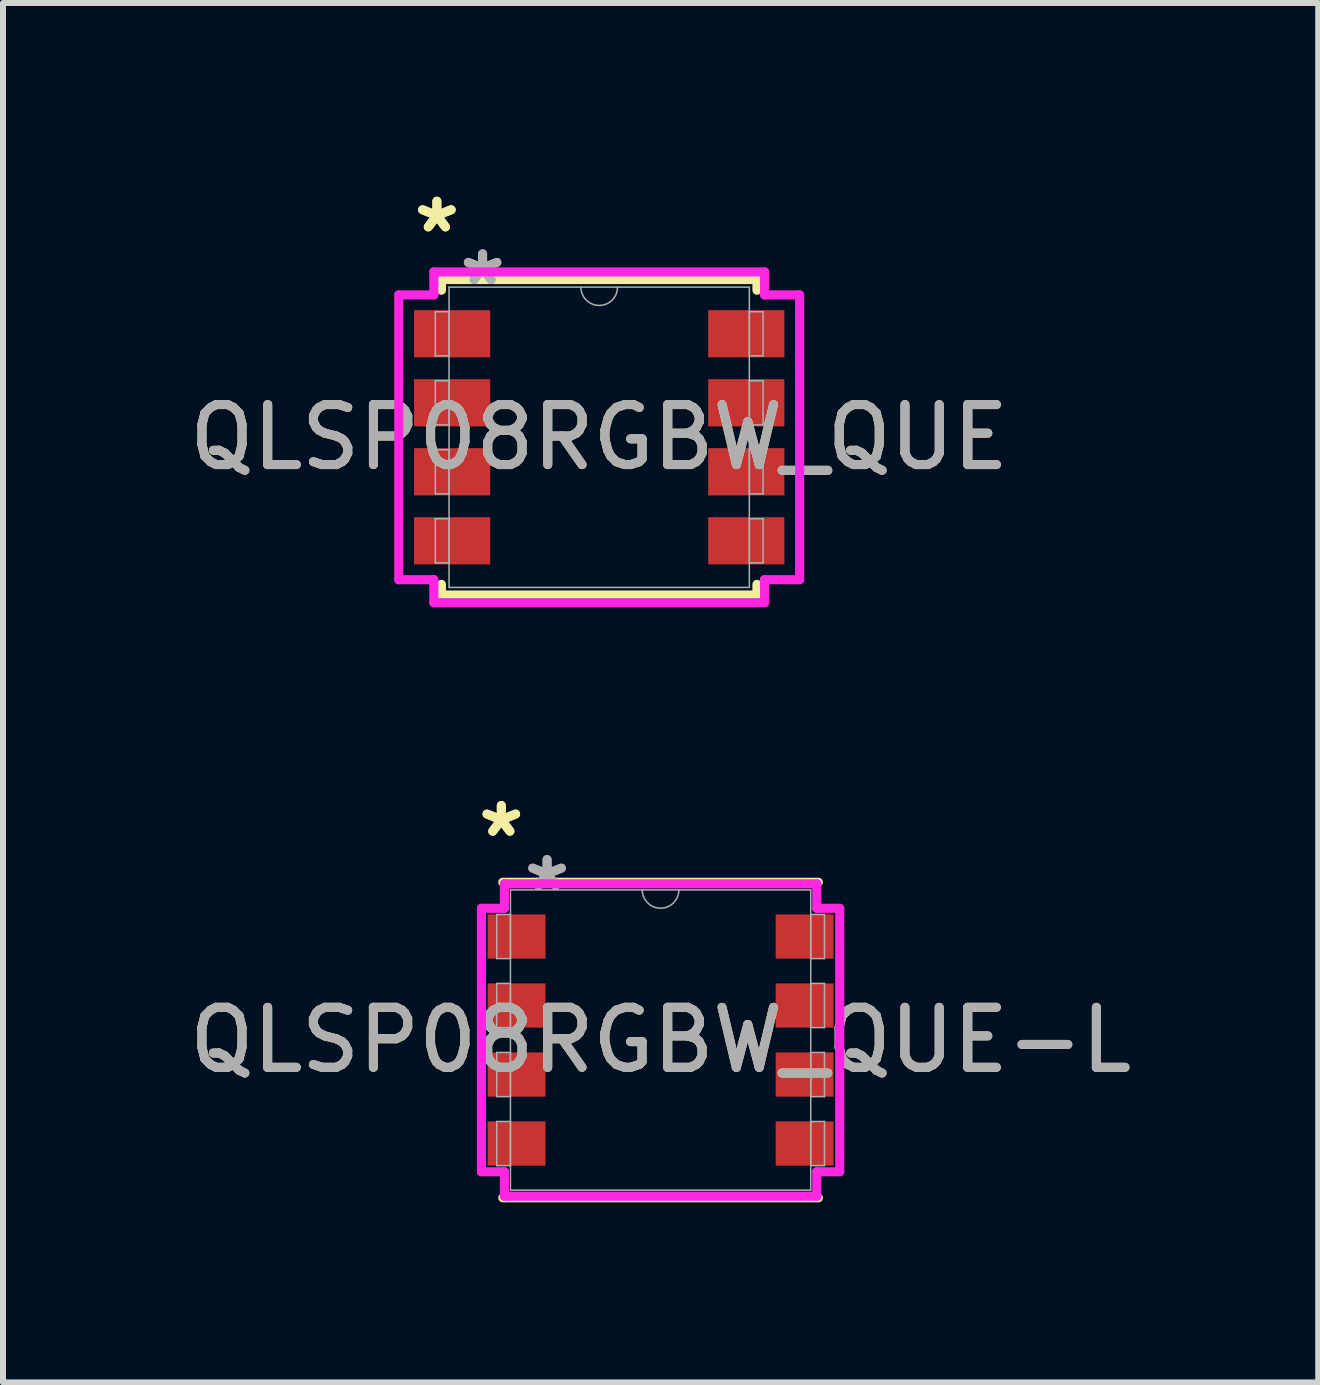
<source format=kicad_pcb>
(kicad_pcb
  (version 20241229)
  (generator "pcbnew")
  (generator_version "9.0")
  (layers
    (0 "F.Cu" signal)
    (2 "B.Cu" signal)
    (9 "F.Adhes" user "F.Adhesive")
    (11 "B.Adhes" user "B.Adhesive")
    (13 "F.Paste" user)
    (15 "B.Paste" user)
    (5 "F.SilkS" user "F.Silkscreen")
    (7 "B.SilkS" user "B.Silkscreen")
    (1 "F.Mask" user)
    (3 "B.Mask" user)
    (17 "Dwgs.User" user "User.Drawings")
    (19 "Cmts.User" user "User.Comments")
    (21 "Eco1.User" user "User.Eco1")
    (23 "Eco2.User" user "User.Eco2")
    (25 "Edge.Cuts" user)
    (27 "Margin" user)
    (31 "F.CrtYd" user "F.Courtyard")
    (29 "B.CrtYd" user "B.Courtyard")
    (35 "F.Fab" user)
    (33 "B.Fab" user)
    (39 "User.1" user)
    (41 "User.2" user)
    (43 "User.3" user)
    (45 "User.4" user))
  (footprint "QLSP08RGBW_QUE-L"
    (layer "F.Cu")
    (at 7.958 14.281)
    (property "Reference" "QLSP08RGBW_QUE-L" (at 0 0 0) (unlocked yes) (layer "F.SilkS") (effects (font (size 1 1) (thickness 0.15))))
    (attr smd)
    (fp_line (start -2.629 2.629) (end 2.629 2.629) (stroke (width 0.152) (type solid)) (layer "F.SilkS"))
    (fp_line (start 2.629 -2.629) (end -2.629 -2.629) (stroke (width 0.152) (type solid)) (layer "F.SilkS"))
    (fp_line (start -2.985 -2.195) (end -2.603 -2.195) (stroke (width 0.152) (type solid)) (layer "F.CrtYd"))
    (fp_line (start -2.985 2.195) (end -2.985 -2.195) (stroke (width 0.152) (type solid)) (layer "F.CrtYd"))
    (fp_line (start -2.985 2.195) (end -2.603 2.195) (stroke (width 0.152) (type solid)) (layer "F.CrtYd"))
    (fp_line (start -2.603 -2.603) (end 2.603 -2.603) (stroke (width 0.152) (type solid)) (layer "F.CrtYd"))
    (fp_line (start -2.603 -2.195) (end -2.603 -2.603) (stroke (width 0.152) (type solid)) (layer "F.CrtYd"))
    (fp_line (start -2.603 2.603) (end -2.603 2.195) (stroke (width 0.152) (type solid)) (layer "F.CrtYd"))
    (fp_line (start 2.603 -2.603) (end 2.603 -2.195) (stroke (width 0.152) (type solid)) (layer "F.CrtYd"))
    (fp_line (start 2.603 2.195) (end 2.603 2.603) (stroke (width 0.152) (type solid)) (layer "F.CrtYd"))
    (fp_line (start 2.603 2.603) (end -2.603 2.603) (stroke (width 0.152) (type solid)) (layer "F.CrtYd"))
    (fp_line (start 2.985 -2.195) (end 2.603 -2.195) (stroke (width 0.152) (type solid)) (layer "F.CrtYd"))
    (fp_line (start 2.985 -2.195) (end 2.985 2.195) (stroke (width 0.152) (type solid)) (layer "F.CrtYd"))
    (fp_line (start 2.985 2.195) (end 2.603 2.195) (stroke (width 0.152) (type solid)) (layer "F.CrtYd"))
    (fp_line (start -2.731 -2.093) (end -2.731 -1.357) (stroke (width 0.025) (type solid)) (layer "F.Fab"))
    (fp_line (start -2.731 -1.357) (end -2.502 -1.357) (stroke (width 0.025) (type solid)) (layer "F.Fab"))
    (fp_line (start -2.731 -0.943) (end -2.731 -0.207) (stroke (width 0.025) (type solid)) (layer "F.Fab"))
    (fp_line (start -2.731 -0.207) (end -2.502 -0.207) (stroke (width 0.025) (type solid)) (layer "F.Fab"))
    (fp_line (start -2.731 0.207) (end -2.731 0.943) (stroke (width 0.025) (type solid)) (layer "F.Fab"))
    (fp_line (start -2.731 0.943) (end -2.502 0.943) (stroke (width 0.025) (type solid)) (layer "F.Fab"))
    (fp_line (start -2.731 1.357) (end -2.731 2.093) (stroke (width 0.025) (type solid)) (layer "F.Fab"))
    (fp_line (start -2.731 2.093) (end -2.502 2.093) (stroke (width 0.025) (type solid)) (layer "F.Fab"))
    (fp_line (start -2.502 -2.502) (end -2.502 2.502) (stroke (width 0.025) (type solid)) (layer "F.Fab"))
    (fp_line (start -2.502 -2.093) (end -2.731 -2.093) (stroke (width 0.025) (type solid)) (layer "F.Fab"))
    (fp_line (start -2.502 -1.357) (end -2.502 -2.093) (stroke (width 0.025) (type solid)) (layer "F.Fab"))
    (fp_line (start -2.502 -0.943) (end -2.731 -0.943) (stroke (width 0.025) (type solid)) (layer "F.Fab"))
    (fp_line (start -2.502 -0.207) (end -2.502 -0.943) (stroke (width 0.025) (type solid)) (layer "F.Fab"))
    (fp_line (start -2.502 0.207) (end -2.731 0.207) (stroke (width 0.025) (type solid)) (layer "F.Fab"))
    (fp_line (start -2.502 0.943) (end -2.502 0.207) (stroke (width 0.025) (type solid)) (layer "F.Fab"))
    (fp_line (start -2.502 1.357) (end -2.731 1.357) (stroke (width 0.025) (type solid)) (layer "F.Fab"))
    (fp_line (start -2.502 2.093) (end -2.502 1.357) (stroke (width 0.025) (type solid)) (layer "F.Fab"))
    (fp_line (start -2.502 2.502) (end 2.502 2.502) (stroke (width 0.025) (type solid)) (layer "F.Fab"))
    (fp_line (start 2.502 -2.502) (end -2.502 -2.502) (stroke (width 0.025) (type solid)) (layer "F.Fab"))
    (fp_line (start 2.502 -2.093) (end 2.502 -1.357) (stroke (width 0.025) (type solid)) (layer "F.Fab"))
    (fp_line (start 2.502 -1.357) (end 2.731 -1.357) (stroke (width 0.025) (type solid)) (layer "F.Fab"))
    (fp_line (start 2.502 -0.943) (end 2.502 -0.207) (stroke (width 0.025) (type solid)) (layer "F.Fab"))
    (fp_line (start 2.502 -0.207) (end 2.731 -0.207) (stroke (width 0.025) (type solid)) (layer "F.Fab"))
    (fp_line (start 2.502 0.207) (end 2.502 0.943) (stroke (width 0.025) (type solid)) (layer "F.Fab"))
    (fp_line (start 2.502 0.943) (end 2.731 0.943) (stroke (width 0.025) (type solid)) (layer "F.Fab"))
    (fp_line (start 2.502 1.357) (end 2.502 2.093) (stroke (width 0.025) (type solid)) (layer "F.Fab"))
    (fp_line (start 2.502 2.093) (end 2.731 2.093) (stroke (width 0.025) (type solid)) (layer "F.Fab"))
    (fp_line (start 2.502 2.502) (end 2.502 -2.502) (stroke (width 0.025) (type solid)) (layer "F.Fab"))
    (fp_line (start 2.731 -2.093) (end 2.502 -2.093) (stroke (width 0.025) (type solid)) (layer "F.Fab"))
    (fp_line (start 2.731 -1.357) (end 2.731 -2.093) (stroke (width 0.025) (type solid)) (layer "F.Fab"))
    (fp_line (start 2.731 -0.943) (end 2.502 -0.943) (stroke (width 0.025) (type solid)) (layer "F.Fab"))
    (fp_line (start 2.731 -0.207) (end 2.731 -0.943) (stroke (width 0.025) (type solid)) (layer "F.Fab"))
    (fp_line (start 2.731 0.207) (end 2.502 0.207) (stroke (width 0.025) (type solid)) (layer "F.Fab"))
    (fp_line (start 2.731 0.943) (end 2.731 0.207) (stroke (width 0.025) (type solid)) (layer "F.Fab"))
    (fp_line (start 2.731 1.357) (end 2.502 1.357) (stroke (width 0.025) (type solid)) (layer "F.Fab"))
    (fp_line (start 2.731 2.093) (end 2.731 1.357) (stroke (width 0.025) (type solid)) (layer "F.Fab"))
    (fp_arc (start 0.3048 -2.5019) (mid 0 -2.1971) (end -0.3048 -2.5019) (stroke (width 0.0254) (type solid)) (layer "F.Fab"))
    (fp_text user "*" (at -2.654 -3.363 0) (unlocked yes) (layer "F.SilkS") (effects (font (size 1 1) (thickness 0.15))))
    (fp_text user "*" (at -2.654 -3.363 0) (layer "F.SilkS") (effects (font (size 1 1) (thickness 0.15))))
    (fp_text user "*" (at -1.892 -2.462 0) (unlocked yes) (layer "F.Fab") (effects (font (size 1 1) (thickness 0.15))))
    (fp_text user "${REFERENCE}" (at 0 0 0) (unlocked yes) (layer "F.Fab") (effects (font (size 1 1) (thickness 0.15))))
    (fp_text user "*" (at -1.892 -2.462 0) (layer "F.Fab") (effects (font (size 1 1) (thickness 0.15))))
    (pad "1" smd rect (at -2.4 -1.725) (size 0.965 0.737) (layers "F.Cu" "F.Mask" "F.Paste"))
    (pad "2" smd rect (at -2.4 -0.575) (size 0.965 0.737) (layers "F.Cu" "F.Mask" "F.Paste"))
    (pad "3" smd rect (at -2.4 0.575) (size 0.965 0.737) (layers "F.Cu" "F.Mask" "F.Paste"))
    (pad "4" smd rect (at -2.4 1.725) (size 0.965 0.737) (layers "F.Cu" "F.Mask" "F.Paste"))
    (pad "5" smd rect (at 2.4 1.725) (size 0.965 0.737) (layers "F.Cu" "F.Mask" "F.Paste"))
    (pad "6" smd rect (at 2.4 0.575) (size 0.965 0.737) (layers "F.Cu" "F.Mask" "F.Paste"))
    (pad "7" smd rect (at 2.4 -0.575) (size 0.965 0.737) (layers "F.Cu" "F.Mask" "F.Paste"))
    (pad "8" smd rect (at 2.4 -1.725) (size 0.965 0.737) (layers "F.Cu" "F.Mask" "F.Paste")))
  (footprint "QLSP08RGBW_QUE"
    (layer "F.Cu")
    (at 6.935 4.237)
    (property "Reference" "QLSP08RGBW_QUE" (at 0 0 0) (unlocked yes) (layer "F.SilkS") (effects (font (size 1 1) (thickness 0.15))))
    (attr smd)
    (fp_line (start -2.629 -2.629) (end -2.629 -2.451) (stroke (width 0.152) (type solid)) (layer "F.SilkS"))
    (fp_line (start -2.629 2.451) (end -2.629 2.629) (stroke (width 0.152) (type solid)) (layer "F.SilkS"))
    (fp_line (start -2.629 2.629) (end 2.629 2.629) (stroke (width 0.152) (type solid)) (layer "F.SilkS"))
    (fp_line (start 2.629 -2.629) (end -2.629 -2.629) (stroke (width 0.152) (type solid)) (layer "F.SilkS"))
    (fp_line (start 2.629 -2.451) (end 2.629 -2.629) (stroke (width 0.152) (type solid)) (layer "F.SilkS"))
    (fp_line (start 2.629 2.629) (end 2.629 2.451) (stroke (width 0.152) (type solid)) (layer "F.SilkS"))
    (fp_line (start -3.34 -2.373) (end -2.756 -2.373) (stroke (width 0.152) (type solid)) (layer "F.CrtYd"))
    (fp_line (start -3.34 2.373) (end -3.34 -2.373) (stroke (width 0.152) (type solid)) (layer "F.CrtYd"))
    (fp_line (start -3.34 2.373) (end -2.756 2.373) (stroke (width 0.152) (type solid)) (layer "F.CrtYd"))
    (fp_line (start -2.756 -2.756) (end 2.756 -2.756) (stroke (width 0.152) (type solid)) (layer "F.CrtYd"))
    (fp_line (start -2.756 -2.373) (end -2.756 -2.756) (stroke (width 0.152) (type solid)) (layer "F.CrtYd"))
    (fp_line (start -2.756 2.756) (end -2.756 2.373) (stroke (width 0.152) (type solid)) (layer "F.CrtYd"))
    (fp_line (start 2.756 -2.756) (end 2.756 -2.373) (stroke (width 0.152) (type solid)) (layer "F.CrtYd"))
    (fp_line (start 2.756 2.373) (end 2.756 2.756) (stroke (width 0.152) (type solid)) (layer "F.CrtYd"))
    (fp_line (start 2.756 2.756) (end -2.756 2.756) (stroke (width 0.152) (type solid)) (layer "F.CrtYd"))
    (fp_line (start 3.34 -2.373) (end 2.756 -2.373) (stroke (width 0.152) (type solid)) (layer "F.CrtYd"))
    (fp_line (start 3.34 -2.373) (end 3.34 2.373) (stroke (width 0.152) (type solid)) (layer "F.CrtYd"))
    (fp_line (start 3.34 2.373) (end 2.756 2.373) (stroke (width 0.152) (type solid)) (layer "F.CrtYd"))
    (fp_line (start -2.731 -2.093) (end -2.731 -1.357) (stroke (width 0.025) (type solid)) (layer "F.Fab"))
    (fp_line (start -2.731 -1.357) (end -2.502 -1.357) (stroke (width 0.025) (type solid)) (layer "F.Fab"))
    (fp_line (start -2.731 -0.943) (end -2.731 -0.207) (stroke (width 0.025) (type solid)) (layer "F.Fab"))
    (fp_line (start -2.731 -0.207) (end -2.502 -0.207) (stroke (width 0.025) (type solid)) (layer "F.Fab"))
    (fp_line (start -2.731 0.207) (end -2.731 0.943) (stroke (width 0.025) (type solid)) (layer "F.Fab"))
    (fp_line (start -2.731 0.943) (end -2.502 0.943) (stroke (width 0.025) (type solid)) (layer "F.Fab"))
    (fp_line (start -2.731 1.357) (end -2.731 2.093) (stroke (width 0.025) (type solid)) (layer "F.Fab"))
    (fp_line (start -2.731 2.093) (end -2.502 2.093) (stroke (width 0.025) (type solid)) (layer "F.Fab"))
    (fp_line (start -2.502 -2.502) (end -2.502 2.502) (stroke (width 0.025) (type solid)) (layer "F.Fab"))
    (fp_line (start -2.502 -2.093) (end -2.731 -2.093) (stroke (width 0.025) (type solid)) (layer "F.Fab"))
    (fp_line (start -2.502 -1.357) (end -2.502 -2.093) (stroke (width 0.025) (type solid)) (layer "F.Fab"))
    (fp_line (start -2.502 -0.943) (end -2.731 -0.943) (stroke (width 0.025) (type solid)) (layer "F.Fab"))
    (fp_line (start -2.502 -0.207) (end -2.502 -0.943) (stroke (width 0.025) (type solid)) (layer "F.Fab"))
    (fp_line (start -2.502 0.207) (end -2.731 0.207) (stroke (width 0.025) (type solid)) (layer "F.Fab"))
    (fp_line (start -2.502 0.943) (end -2.502 0.207) (stroke (width 0.025) (type solid)) (layer "F.Fab"))
    (fp_line (start -2.502 1.357) (end -2.731 1.357) (stroke (width 0.025) (type solid)) (layer "F.Fab"))
    (fp_line (start -2.502 2.093) (end -2.502 1.357) (stroke (width 0.025) (type solid)) (layer "F.Fab"))
    (fp_line (start -2.502 2.502) (end 2.502 2.502) (stroke (width 0.025) (type solid)) (layer "F.Fab"))
    (fp_line (start 2.502 -2.502) (end -2.502 -2.502) (stroke (width 0.025) (type solid)) (layer "F.Fab"))
    (fp_line (start 2.502 -2.093) (end 2.502 -1.357) (stroke (width 0.025) (type solid)) (layer "F.Fab"))
    (fp_line (start 2.502 -1.357) (end 2.731 -1.357) (stroke (width 0.025) (type solid)) (layer "F.Fab"))
    (fp_line (start 2.502 -0.943) (end 2.502 -0.207) (stroke (width 0.025) (type solid)) (layer "F.Fab"))
    (fp_line (start 2.502 -0.207) (end 2.731 -0.207) (stroke (width 0.025) (type solid)) (layer "F.Fab"))
    (fp_line (start 2.502 0.207) (end 2.502 0.943) (stroke (width 0.025) (type solid)) (layer "F.Fab"))
    (fp_line (start 2.502 0.943) (end 2.731 0.943) (stroke (width 0.025) (type solid)) (layer "F.Fab"))
    (fp_line (start 2.502 1.357) (end 2.502 2.093) (stroke (width 0.025) (type solid)) (layer "F.Fab"))
    (fp_line (start 2.502 2.093) (end 2.731 2.093) (stroke (width 0.025) (type solid)) (layer "F.Fab"))
    (fp_line (start 2.502 2.502) (end 2.502 -2.502) (stroke (width 0.025) (type solid)) (layer "F.Fab"))
    (fp_line (start 2.731 -2.093) (end 2.502 -2.093) (stroke (width 0.025) (type solid)) (layer "F.Fab"))
    (fp_line (start 2.731 -1.357) (end 2.731 -2.093) (stroke (width 0.025) (type solid)) (layer "F.Fab"))
    (fp_line (start 2.731 -0.943) (end 2.502 -0.943) (stroke (width 0.025) (type solid)) (layer "F.Fab"))
    (fp_line (start 2.731 -0.207) (end 2.731 -0.943) (stroke (width 0.025) (type solid)) (layer "F.Fab"))
    (fp_line (start 2.731 0.207) (end 2.502 0.207) (stroke (width 0.025) (type solid)) (layer "F.Fab"))
    (fp_line (start 2.731 0.943) (end 2.731 0.207) (stroke (width 0.025) (type solid)) (layer "F.Fab"))
    (fp_line (start 2.731 1.357) (end 2.502 1.357) (stroke (width 0.025) (type solid)) (layer "F.Fab"))
    (fp_line (start 2.731 2.093) (end 2.731 1.357) (stroke (width 0.025) (type solid)) (layer "F.Fab"))
    (fp_arc (start 0.3048 -2.5019) (mid 0 -2.1971) (end -0.3048 -2.5019) (stroke (width 0.0254) (type solid)) (layer "F.Fab"))
    (fp_text user "*" (at -2.705 -3.389 0) (unlocked yes) (layer "F.SilkS") (effects (font (size 1 1) (thickness 0.15))))
    (fp_text user "*" (at -2.705 -3.389 0) (layer "F.SilkS") (effects (font (size 1 1) (thickness 0.15))))
    (fp_text user "*" (at -1.943 -2.512 0) (unlocked yes) (layer "F.Fab") (effects (font (size 1 1) (thickness 0.15))))
    (fp_text user "${REFERENCE}" (at 0 0 0) (unlocked yes) (layer "F.Fab") (effects (font (size 1 1) (thickness 0.15))))
    (fp_text user "*" (at -1.943 -2.512 0) (layer "F.Fab") (effects (font (size 1 1) (thickness 0.15))))
    (pad "1" smd rect (at -2.451 -1.725) (size 1.27 0.787) (layers "F.Cu" "F.Mask" "F.Paste"))
    (pad "2" smd rect (at -2.451 -0.575) (size 1.27 0.787) (layers "F.Cu" "F.Mask" "F.Paste"))
    (pad "3" smd rect (at -2.451 0.575) (size 1.27 0.787) (layers "F.Cu" "F.Mask" "F.Paste"))
    (pad "4" smd rect (at -2.451 1.725) (size 1.27 0.787) (layers "F.Cu" "F.Mask" "F.Paste"))
    (pad "5" smd rect (at 2.451 1.725) (size 1.27 0.787) (layers "F.Cu" "F.Mask" "F.Paste"))
    (pad "6" smd rect (at 2.451 0.575) (size 1.27 0.787) (layers "F.Cu" "F.Mask" "F.Paste"))
    (pad "7" smd rect (at 2.451 -0.575) (size 1.27 0.787) (layers "F.Cu" "F.Mask" "F.Paste"))
    (pad "8" smd rect (at 2.451 -1.725) (size 1.27 0.787) (layers "F.Cu" "F.Mask" "F.Paste")))
  (gr_rect
    (start -3 -3)
    (end 18.917 19.986)
    (stroke (width 0.1) (type default))
    (fill no)
    (layer "Edge.Cuts")))
</source>
